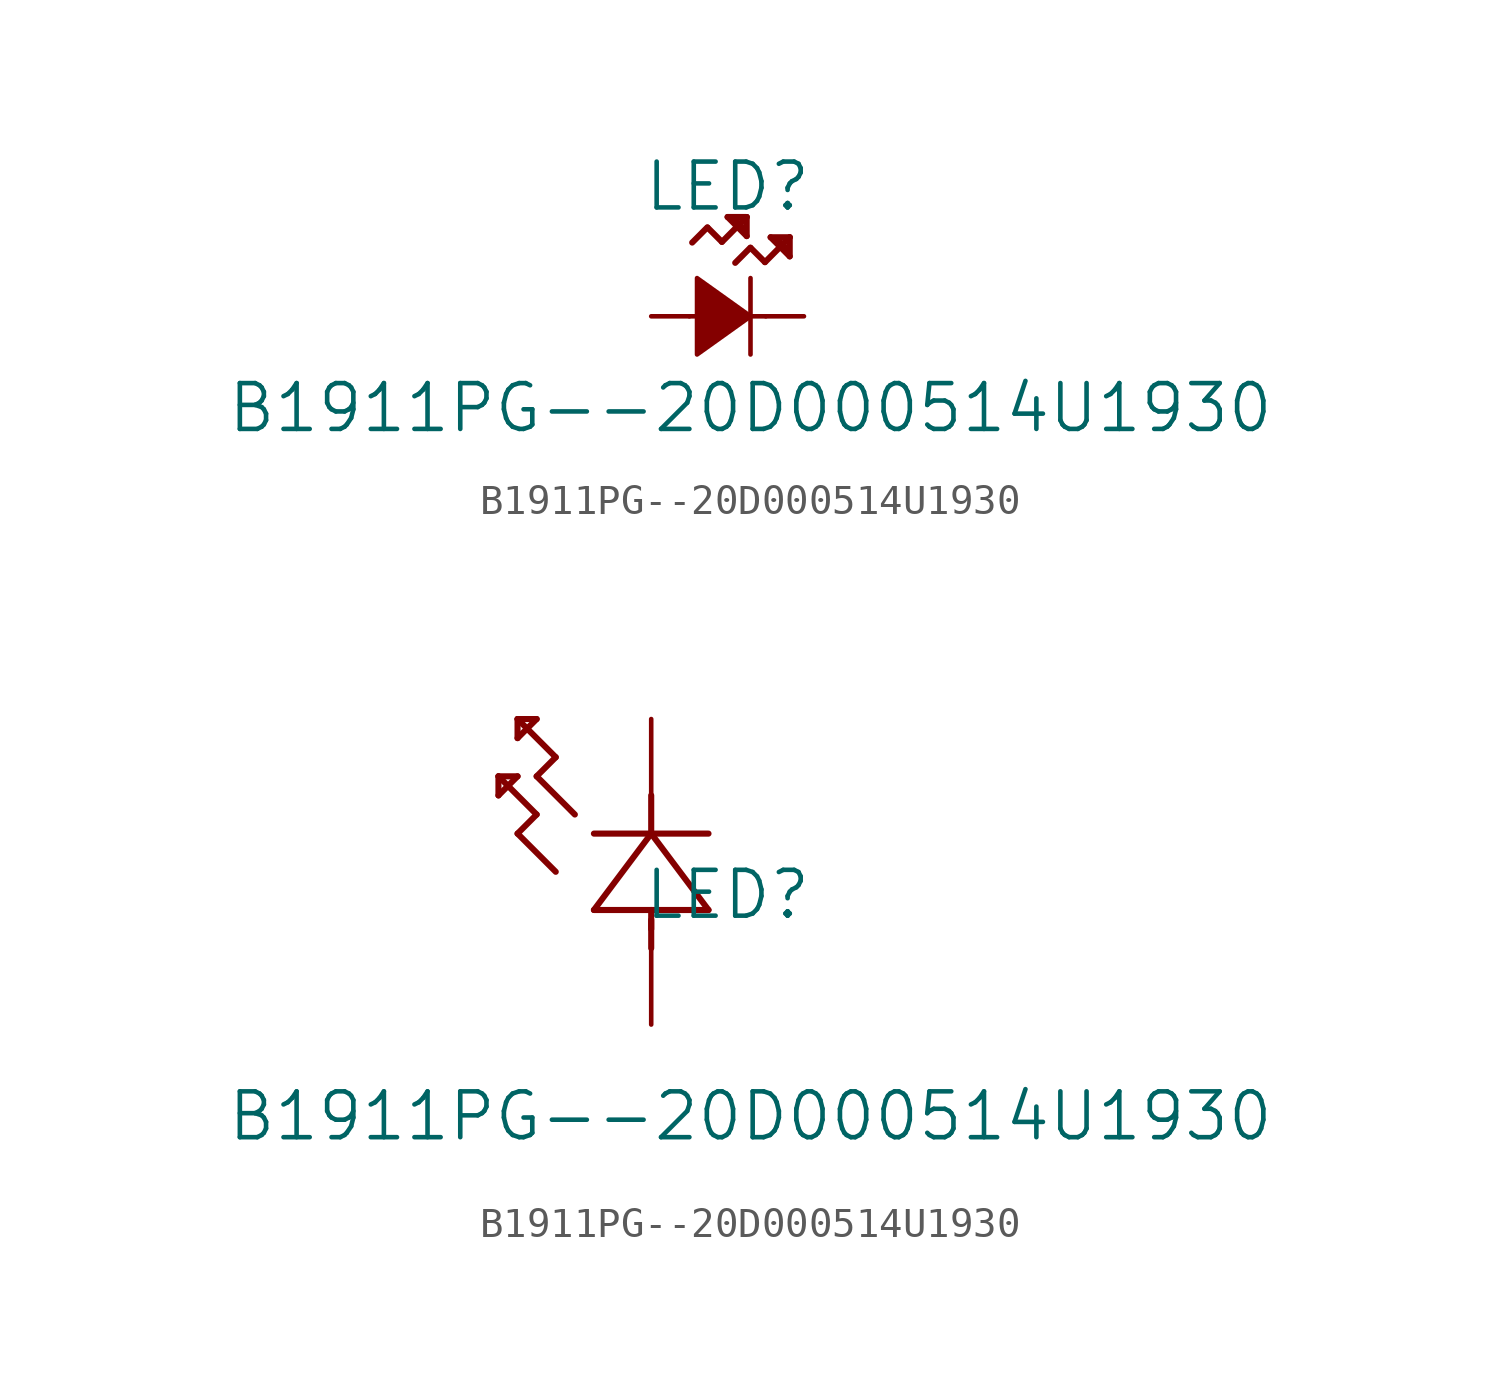
<source format=kicad_sym>
(kicad_symbol_lib
  (version 20241209)
  (generator "kicad_symbol_editor")
  (generator_version "9.0")
  (symbol "B1911PG--20D000514U1930"
    (pin_numbers
      (hide yes))
    (pin_names
      (offset 0.254)
      (hide yes))
    (property "Reference" "LED"
      (at 2.54 4.318 0)
      (effects (font (size 1.524 1.524))))
    (property "Value" "B1911PG--20D000514U1930"
      (at 3.302 -3.048 0)
      (effects (font (size 1.524 1.524))))
    (symbol "B1911PG--20D000514U1930_0_1"
      (polyline (pts (xy 1.27 0) (xy 3.81 0)) (stroke (width 0) (type default)) (fill (type none)))
      (polyline (pts (xy 1.524 0) (xy 1.524 -1.27) (xy 3.302 0) (xy 1.524 1.27) (xy 1.524 0)) (stroke (width 0) (type default)) (fill (type outline)))
      (polyline (pts (xy 2.768 3.266) (xy 3.1 2.918)) (stroke (width 0) (type default)) (fill (type none)))
      (polyline (pts (xy 3.302 1.27) (xy 3.302 -1.27)) (stroke (width 0) (type default)) (fill (type none)))
      (polyline (pts (xy 4.199 2.592) (xy 4.531 2.245)) (stroke (width 0) (type default)) (fill (type none))))
    (symbol "B1911PG--20D000514U1930_1_1"
      (polyline (pts (xy 1.363 2.452) (xy 1.866 2.957)) (stroke (width 0.203) (type default)) (fill (type none)))
      (polyline (pts (xy 1.876 2.95) (xy 2.349 2.477)) (stroke (width 0.203) (type default)) (fill (type none)))
      (polyline (pts (xy 2.353 2.473) (xy 3.175 3.302)) (stroke (width 0.203) (type default)) (fill (type none)))
      (polyline (pts (xy 2.54 3.302) (xy 3.175 2.667)) (stroke (width 0.203) (type default)) (fill (type none)))
      (polyline (pts (xy 2.794 1.778) (xy 3.297 2.283)) (stroke (width 0.203) (type default)) (fill (type none)))
      (polyline (pts (xy 3.175 3.302) (xy 2.54 3.302)) (stroke (width 0.203) (type default)) (fill (type none)))
      (polyline (pts (xy 3.175 2.667) (xy 3.175 3.302)) (stroke (width 0.203) (type default)) (fill (type none)))
      (polyline (pts (xy 3.307 2.276) (xy 3.78 1.803)) (stroke (width 0.203) (type default)) (fill (type none)))
      (polyline (pts (xy 3.784 1.799) (xy 4.606 2.628)) (stroke (width 0.203) (type default)) (fill (type none)))
      (polyline (pts (xy 3.971 2.628) (xy 4.606 1.993)) (stroke (width 0.203) (type default)) (fill (type none)))
      (polyline (pts (xy 4.606 2.628) (xy 3.971 2.628)) (stroke (width 0.203) (type default)) (fill (type none)))
      (polyline (pts (xy 4.606 1.993) (xy 4.606 2.628)) (stroke (width 0.203) (type default)) (fill (type none)))
      (pin passive line (at 0 0 0) (length 1.27) (name "" (effects (font (size 1.27 1.27)))) (number "2" (effects (font (size 1.27 1.27)))))
      (pin passive line (at 5.08 0 180) (length 1.27) (name "" (effects (font (size 1.27 1.27)))) (number "1" (effects (font (size 1.27 1.27))))))
    (symbol "B1911PG--20D000514U1930_1_2"
      (polyline (pts (xy -5.08 8.255) (xy -5.08 7.62)) (stroke (width 0.203) (type default)) (fill (type none)))
      (polyline (pts (xy -5.08 7.62) (xy -4.445 8.255)) (stroke (width 0.203) (type default)) (fill (type none)))
      (polyline (pts (xy -4.445 10.16) (xy -4.445 9.525)) (stroke (width 0.203) (type default)) (fill (type none)))
      (polyline (pts (xy -4.445 9.525) (xy -3.81 10.16)) (stroke (width 0.203) (type default)) (fill (type none)))
      (polyline (pts (xy -4.445 8.255) (xy -5.08 8.255)) (stroke (width 0.203) (type default)) (fill (type none)))
      (polyline (pts (xy -4.445 6.35) (xy -3.81 6.985)) (stroke (width 0.203) (type default)) (fill (type none)))
      (polyline (pts (xy -3.81 10.16) (xy -4.445 10.16)) (stroke (width 0.203) (type default)) (fill (type none)))
      (polyline (pts (xy -3.81 8.255) (xy -3.175 8.89)) (stroke (width 0.203) (type default)) (fill (type none)))
      (polyline (pts (xy -3.81 6.985) (xy -5.08 8.255)) (stroke (width 0.203) (type default)) (fill (type none)))
      (polyline (pts (xy -3.175 8.89) (xy -4.445 10.16)) (stroke (width 0.203) (type default)) (fill (type none)))
      (polyline (pts (xy -3.175 5.08) (xy -4.445 6.35)) (stroke (width 0.203) (type default)) (fill (type none)))
      (polyline (pts (xy -2.54 6.985) (xy -3.81 8.255)) (stroke (width 0.203) (type default)) (fill (type none)))
      (polyline (pts (xy -1.905 3.81) (xy 1.905 3.81)) (stroke (width 0.203) (type default)) (fill (type none)))
      (polyline (pts (xy 0 6.35) (xy -1.905 3.81)) (stroke (width 0.203) (type default)) (fill (type none)))
      (polyline (pts (xy 0 6.35) (xy 0 7.62)) (stroke (width 0.203) (type default)) (fill (type none)))
      (polyline (pts (xy 0 3.175) (xy 0 3.81)) (stroke (width 0.203) (type default)) (fill (type none)))
      (polyline (pts (xy 0 2.54) (xy 0 3.48)) (stroke (width 0.203) (type default)) (fill (type none)))
      (polyline (pts (xy 1.905 6.35) (xy -1.905 6.35)) (stroke (width 0.203) (type default)) (fill (type none)))
      (polyline (pts (xy 1.905 3.81) (xy 0 6.35)) (stroke (width 0.203) (type default)) (fill (type none)))
      (pin unspecified line (at 0 10.16 270) (length 2.54) (name "" (effects (font (size 1.27 1.27)))) (number "1" (effects (font (size 1.27 1.27)))))
      (pin unspecified line (at 0 0 90) (length 2.54) (name "" (effects (font (size 1.27 1.27)))) (number "2" (effects (font (size 1.27 1.27))))))))
</source>
